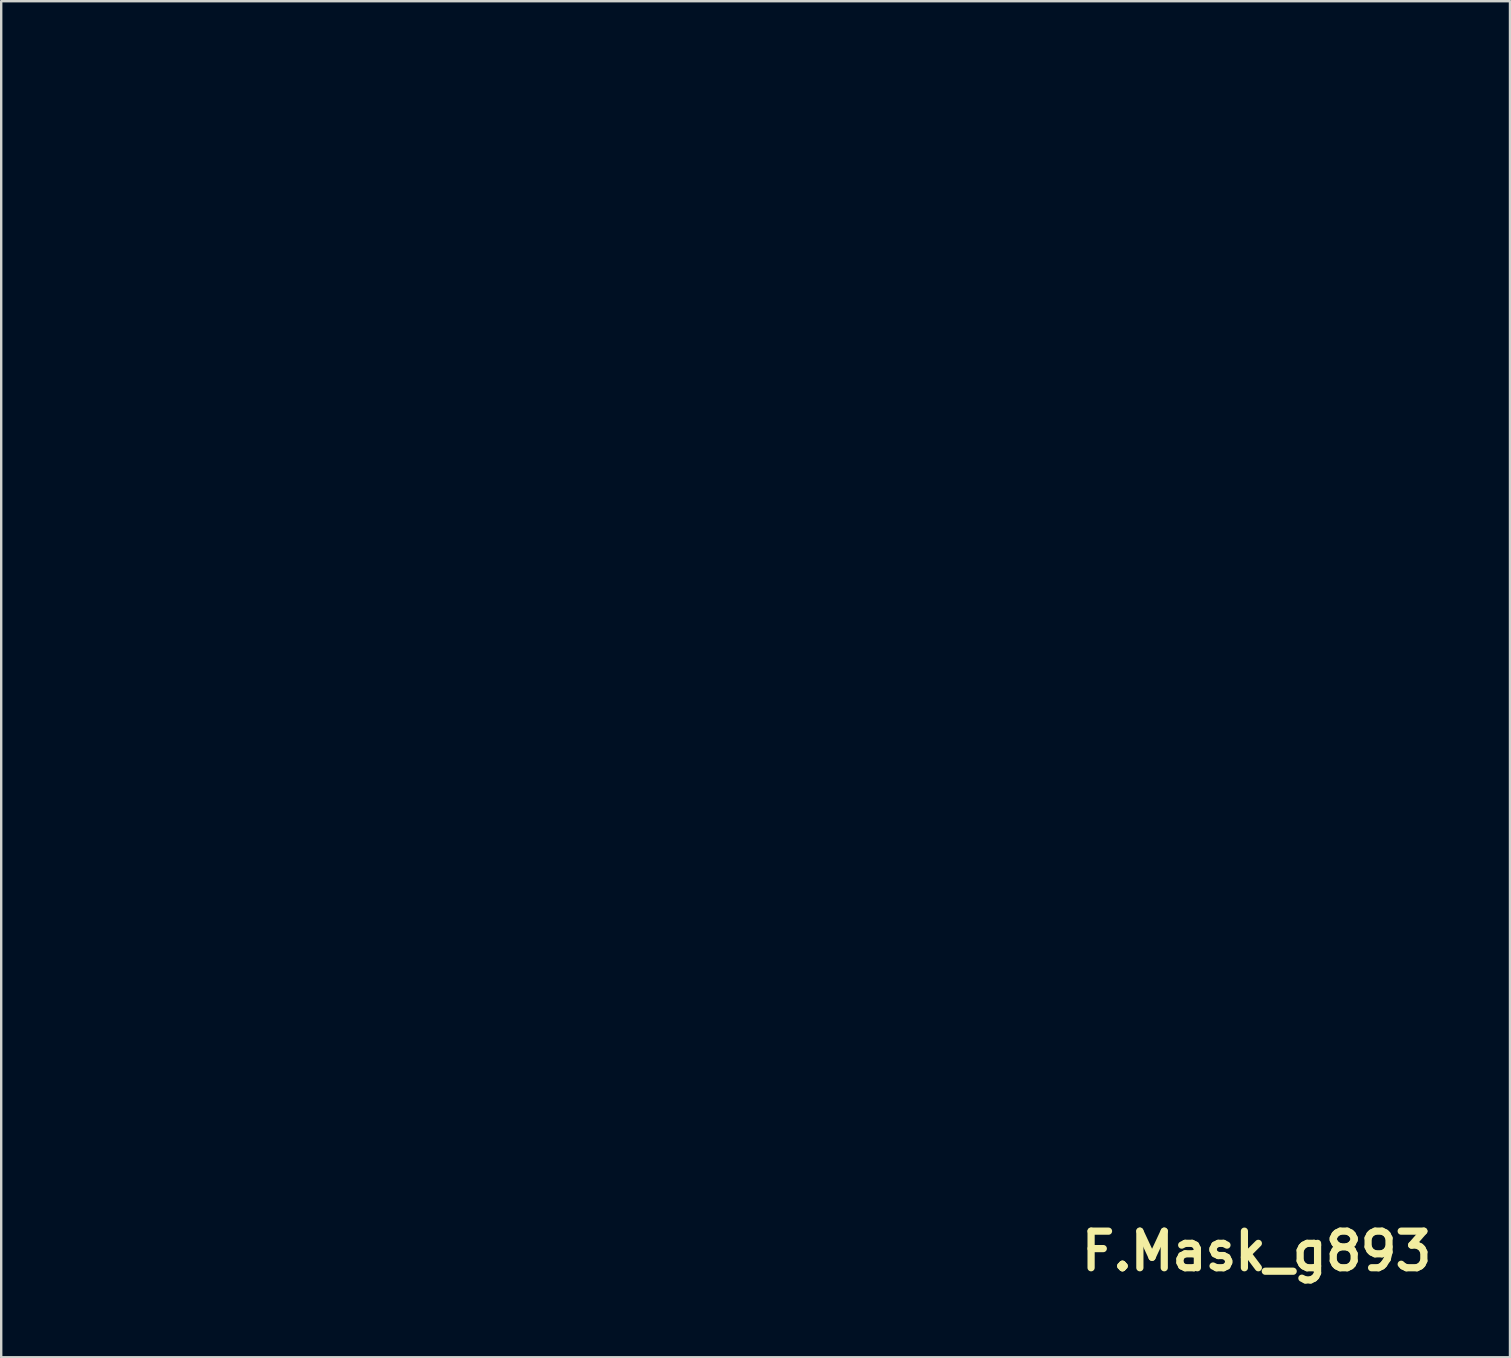
<source format=kicad_pcb>
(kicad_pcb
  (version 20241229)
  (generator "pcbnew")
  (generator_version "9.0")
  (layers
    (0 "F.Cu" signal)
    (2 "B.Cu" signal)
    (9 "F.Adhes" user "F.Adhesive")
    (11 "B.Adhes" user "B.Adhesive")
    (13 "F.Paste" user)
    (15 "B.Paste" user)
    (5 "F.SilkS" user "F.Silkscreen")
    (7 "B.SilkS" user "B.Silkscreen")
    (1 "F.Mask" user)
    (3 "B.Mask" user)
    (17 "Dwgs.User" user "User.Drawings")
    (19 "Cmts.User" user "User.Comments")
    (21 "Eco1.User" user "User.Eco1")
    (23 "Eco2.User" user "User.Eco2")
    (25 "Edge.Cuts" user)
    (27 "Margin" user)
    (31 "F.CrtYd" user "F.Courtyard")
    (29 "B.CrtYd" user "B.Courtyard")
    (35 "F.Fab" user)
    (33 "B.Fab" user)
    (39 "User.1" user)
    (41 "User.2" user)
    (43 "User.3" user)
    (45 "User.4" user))
  (footprint "F.Mask_g893"
    (layer "F.Cu")
    (at 49.294 49.069)
    (property "Reference" "F.Mask_g893" (at 0 0 0) (layer "F.SilkS") (effects (font (size 1.524 1.524) (thickness 0.3))))
    (attr through_hole)
    (fp_poly (pts (xy -40.019 -33.053) (xy -39.917 -33.029) (xy -39.886 -33.012) (xy -39.852 -32.933) (xy -39.838 -32.813) (xy -39.844 -32.689) (xy -39.869 -32.609) (xy -39.932 -32.571) (xy -40.047 -32.543) (xy -40.18 -32.53) (xy -40.3 -32.536) (xy -40.322 -32.541) (xy -40.412 -32.586) (xy -40.458 -32.672) (xy -40.47 -32.81) (xy -40.455 -32.941) (xy -40.398 -33.019) (xy -40.285 -33.055) (xy -40.153 -33.062) (xy -40.019 -33.053)) (stroke (width 0.01) (type solid)) (fill yes) (layer "F.Mask"))
    (fp_poly (pts (xy -41.63 -32.935) (xy -40.682 -32.935) (xy -40.682 -32.769) (xy -40.698 -32.627) (xy -40.753 -32.537) (xy -40.861 -32.488) (xy -41.036 -32.47) (xy -41.088 -32.47) (xy -41.36 -32.47) (xy -41.36 -30.353) (xy -41.952 -30.353) (xy -41.952 -32.47) (xy -42.265 -32.47) (xy -42.442 -32.474) (xy -42.55 -32.495) (xy -42.606 -32.542) (xy -42.627 -32.626) (xy -42.63 -32.703) (xy -42.629 -32.776) (xy -42.621 -32.832) (xy -42.594 -32.873) (xy -42.54 -32.902) (xy -42.447 -32.92) (xy -42.307 -32.93) (xy -42.108 -32.934) (xy -41.841 -32.935) (xy -41.63 -32.935)) (stroke (width 0.01) (type solid)) (fill yes) (layer "F.Mask"))
    (fp_poly (pts (xy -40.142 -32.252) (xy -40.016 -32.229) (xy -39.92 -32.179) (xy -39.851 -32.094) (xy -39.803 -31.963) (xy -39.774 -31.779) (xy -39.758 -31.533) (xy -39.753 -31.214) (xy -39.752 -31.062) (xy -39.751 -30.353) (xy -40.384 -30.353) (xy -40.396 -31.083) (xy -40.4 -31.348) (xy -40.405 -31.539) (xy -40.413 -31.67) (xy -40.424 -31.752) (xy -40.441 -31.798) (xy -40.465 -31.819) (xy -40.498 -31.826) (xy -40.5 -31.827) (xy -40.591 -31.877) (xy -40.63 -31.987) (xy -40.619 -32.132) (xy -40.6 -32.198) (xy -40.569 -32.236) (xy -40.504 -32.253) (xy -40.384 -32.258) (xy -40.303 -32.258) (xy -40.142 -32.252)) (stroke (width 0.01) (type solid)) (fill yes) (layer "F.Mask"))
    (fp_poly (pts (xy -41.043 -42.982) (xy -40.84 -42.894) (xy -40.685 -42.745) (xy -40.638 -42.667) (xy -40.573 -42.464) (xy -40.554 -42.221) (xy -40.581 -41.968) (xy -40.65 -41.735) (xy -40.696 -41.643) (xy -40.858 -41.436) (xy -41.052 -41.301) (xy -41.27 -41.241) (xy -41.5 -41.261) (xy -41.638 -41.31) (xy -41.838 -41.444) (xy -42.001 -41.631) (xy -42.118 -41.851) (xy -42.177 -42.084) (xy -42.17 -42.31) (xy -42.162 -42.341) (xy -42.083 -42.512) (xy -42.079 -42.517) (xy -41.88 -42.517) (xy -41.872 -42.492) (xy -41.796 -42.376) (xy -41.691 -42.34) (xy -41.563 -42.383) (xy -41.538 -42.399) (xy -41.459 -42.498) (xy -41.455 -42.617) (xy -41.514 -42.722) (xy -41.619 -42.788) (xy -41.728 -42.787) (xy -41.822 -42.733) (xy -41.879 -42.638) (xy -41.88 -42.517) (xy -42.079 -42.517) (xy -41.947 -42.684) (xy -41.778 -42.834) (xy -41.599 -42.939) (xy -41.545 -42.959) (xy -41.282 -43.004) (xy -41.043 -42.982)) (stroke (width 0.01) (type solid)) (fill yes) (layer "F.Mask"))
    (fp_poly (pts (xy -31.735 -43.026) (xy -31.602 -42.973) (xy -31.389 -42.846) (xy -31.25 -42.69) (xy -31.182 -42.498) (xy -31.182 -42.262) (xy -31.222 -42.058) (xy -31.313 -41.794) (xy -31.433 -41.603) (xy -31.591 -41.48) (xy -31.795 -41.416) (xy -31.991 -41.402) (xy -32.236 -41.427) (xy -32.429 -41.497) (xy -32.616 -41.633) (xy -32.74 -41.807) (xy -32.801 -42.008) (xy -32.802 -42.221) (xy -32.745 -42.434) (xy -32.64 -42.62) (xy -32.504 -42.62) (xy -32.492 -42.548) (xy -32.456 -42.486) (xy -32.368 -42.4) (xy -32.244 -42.376) (xy -32.132 -42.39) (xy -32.056 -42.426) (xy -32.055 -42.426) (xy -32.009 -42.521) (xy -32.006 -42.641) (xy -32.041 -42.749) (xy -32.091 -42.8) (xy -32.233 -42.837) (xy -32.367 -42.805) (xy -32.464 -42.711) (xy -32.466 -42.709) (xy -32.504 -42.62) (xy -32.64 -42.62) (xy -32.633 -42.634) (xy -32.467 -42.808) (xy -32.25 -42.942) (xy -32.185 -42.968) (xy -32.003 -43.028) (xy -31.864 -43.047) (xy -31.735 -43.026)) (stroke (width 0.01) (type solid)) (fill yes) (layer "F.Mask"))
    (fp_poly (pts (xy -31.84 -32.264) (xy -31.615 -32.159) (xy -31.44 -31.992) (xy -31.318 -31.766) (xy -31.255 -31.489) (xy -31.252 -31.186) (xy -31.309 -30.888) (xy -31.429 -30.642) (xy -31.606 -30.453) (xy -31.608 -30.451) (xy -31.709 -30.385) (xy -31.813 -30.346) (xy -31.952 -30.327) (xy -32.064 -30.321) (xy -32.277 -30.324) (xy -32.442 -30.35) (xy -32.492 -30.367) (xy -32.645 -30.471) (xy -32.789 -30.626) (xy -32.898 -30.801) (xy -32.933 -30.892) (xy -32.965 -31.082) (xy -32.975 -31.305) (xy -32.364 -31.305) (xy -32.361 -31.11) (xy -32.35 -30.979) (xy -32.328 -30.893) (xy -32.292 -30.833) (xy -32.283 -30.823) (xy -32.171 -30.745) (xy -32.055 -30.752) (xy -31.966 -30.814) (xy -31.904 -30.922) (xy -31.862 -31.089) (xy -31.844 -31.287) (xy -31.855 -31.493) (xy -31.858 -31.518) (xy -31.908 -31.696) (xy -31.989 -31.817) (xy -32.089 -31.871) (xy -32.199 -31.854) (xy -32.283 -31.788) (xy -32.323 -31.73) (xy -32.347 -31.651) (xy -32.36 -31.529) (xy -32.364 -31.347) (xy -32.364 -31.305) (xy -32.975 -31.305) (xy -32.976 -31.312) (xy -32.964 -31.541) (xy -32.933 -31.719) (xy -32.852 -31.895) (xy -32.721 -32.064) (xy -32.567 -32.197) (xy -32.482 -32.243) (xy -32.36 -32.276) (xy -32.199 -32.297) (xy -32.11 -32.3) (xy -31.84 -32.264)) (stroke (width 0.01) (type solid)) (fill yes) (layer "F.Mask"))
    (fp_poly (pts (xy -39.003 -32.266) (xy -38.873 -32.207) (xy -38.822 -32.166) (xy -38.74 -32.078) (xy -38.584 -32.175) (xy -38.406 -32.249) (xy -38.208 -32.274) (xy -38.026 -32.248) (xy -37.965 -32.223) (xy -37.875 -32.164) (xy -37.806 -32.087) (xy -37.756 -31.982) (xy -37.721 -31.835) (xy -37.698 -31.633) (xy -37.683 -31.365) (xy -37.677 -31.221) (xy -37.668 -30.987) (xy -37.656 -30.781) (xy -37.642 -30.619) (xy -37.629 -30.516) (xy -37.621 -30.49) (xy -37.625 -30.439) (xy -37.707 -30.386) (xy -37.736 -30.373) (xy -37.868 -30.326) (xy -37.967 -30.318) (xy -38.073 -30.348) (xy -38.087 -30.353) (xy -38.157 -30.394) (xy -38.207 -30.457) (xy -38.24 -30.558) (xy -38.259 -30.708) (xy -38.268 -30.92) (xy -38.269 -31.104) (xy -38.273 -31.376) (xy -38.286 -31.565) (xy -38.306 -31.674) (xy -38.32 -31.699) (xy -38.421 -31.746) (xy -38.55 -31.731) (xy -38.641 -31.684) (xy -38.677 -31.655) (xy -38.703 -31.616) (xy -38.719 -31.554) (xy -38.729 -31.455) (xy -38.734 -31.305) (xy -38.735 -31.09) (xy -38.735 -30.986) (xy -38.735 -30.353) (xy -39.328 -30.353) (xy -39.328 -31.307) (xy -39.327 -31.621) (xy -39.324 -31.86) (xy -39.319 -32.034) (xy -39.311 -32.154) (xy -39.299 -32.23) (xy -39.282 -32.27) (xy -39.264 -32.285) (xy -39.147 -32.296) (xy -39.003 -32.266)) (stroke (width 0.01) (type solid)) (fill yes) (layer "F.Mask"))
    (fp_poly (pts (xy -33.929 -32.977) (xy -33.763 -32.935) (xy -33.599 -32.878) (xy -33.457 -32.817) (xy -33.356 -32.759) (xy -33.316 -32.713) (xy -33.316 -32.712) (xy -33.342 -32.628) (xy -33.407 -32.514) (xy -33.492 -32.403) (xy -33.495 -32.399) (xy -33.579 -32.306) (xy -33.744 -32.392) (xy -33.941 -32.466) (xy -34.154 -32.499) (xy -34.356 -32.491) (xy -34.517 -32.44) (xy -34.531 -32.432) (xy -34.653 -32.337) (xy -34.737 -32.22) (xy -34.789 -32.066) (xy -34.814 -31.858) (xy -34.819 -31.644) (xy -34.81 -31.381) (xy -34.78 -31.186) (xy -34.722 -31.041) (xy -34.631 -30.931) (xy -34.531 -30.858) (xy -34.416 -30.806) (xy -34.276 -30.785) (xy -34.142 -30.786) (xy -33.888 -30.797) (xy -33.875 -31.062) (xy -33.863 -31.327) (xy -34.026 -31.327) (xy -34.19 -31.345) (xy -34.286 -31.406) (xy -34.325 -31.52) (xy -34.325 -31.625) (xy -34.311 -31.814) (xy -33.919 -31.826) (xy -33.733 -31.83) (xy -33.61 -31.826) (xy -33.53 -31.81) (xy -33.473 -31.779) (xy -33.422 -31.732) (xy -33.38 -31.687) (xy -33.351 -31.638) (xy -33.332 -31.571) (xy -33.322 -31.47) (xy -33.317 -31.319) (xy -33.316 -31.103) (xy -33.316 -31.037) (xy -33.316 -30.448) (xy -33.496 -30.398) (xy -33.63 -30.373) (xy -33.816 -30.352) (xy -34.031 -30.337) (xy -34.253 -30.328) (xy -34.458 -30.327) (xy -34.624 -30.335) (xy -34.729 -30.351) (xy -34.974 -30.474) (xy -35.173 -30.665) (xy -35.324 -30.92) (xy -35.423 -31.236) (xy -35.435 -31.299) (xy -35.465 -31.666) (xy -35.428 -32.003) (xy -35.329 -32.303) (xy -35.174 -32.559) (xy -34.969 -32.764) (xy -34.721 -32.911) (xy -34.435 -32.993) (xy -34.119 -33.005) (xy -33.929 -32.977)) (stroke (width 0.01) (type solid)) (fill yes) (layer "F.Mask"))
    (fp_poly (pts (xy -37.001 -32.26) (xy -36.921 -32.184) (xy -36.853 -32.053) (xy -36.789 -31.855) (xy -36.731 -31.62) (xy -36.683 -31.408) (xy -36.64 -31.206) (xy -36.607 -31.041) (xy -36.592 -30.951) (xy -36.575 -30.861) (xy -36.556 -30.821) (xy -36.534 -30.838) (xy -36.504 -30.917) (xy -36.466 -31.064) (xy -36.415 -31.286) (xy -36.388 -31.411) (xy -36.34 -31.629) (xy -36.295 -31.83) (xy -36.258 -31.995) (xy -36.233 -32.098) (xy -36.233 -32.099) (xy -36.192 -32.258) (xy -35.918 -32.258) (xy -35.768 -32.255) (xy -35.685 -32.242) (xy -35.65 -32.214) (xy -35.645 -32.184) (xy -35.657 -32.103) (xy -35.69 -31.956) (xy -35.739 -31.757) (xy -35.801 -31.519) (xy -35.872 -31.258) (xy -35.948 -30.987) (xy -36.025 -30.722) (xy -36.098 -30.475) (xy -36.164 -30.262) (xy -36.218 -30.096) (xy -36.258 -29.993) (xy -36.262 -29.984) (xy -36.41 -29.763) (xy -36.606 -29.612) (xy -36.847 -29.532) (xy -37.134 -29.522) (xy -37.307 -29.547) (xy -37.416 -29.573) (xy -37.485 -29.599) (xy -37.491 -29.603) (xy -37.495 -29.655) (xy -37.475 -29.757) (xy -37.459 -29.811) (xy -37.401 -29.993) (xy -37.138 -29.979) (xy -36.989 -29.974) (xy -36.895 -29.986) (xy -36.828 -30.022) (xy -36.766 -30.082) (xy -36.685 -30.197) (xy -36.683 -30.283) (xy -36.761 -30.343) (xy -36.819 -30.362) (xy -36.925 -30.407) (xy -36.993 -30.469) (xy -36.994 -30.47) (xy -37.025 -30.549) (xy -37.069 -30.688) (xy -37.122 -30.872) (xy -37.18 -31.087) (xy -37.241 -31.318) (xy -37.299 -31.551) (xy -37.352 -31.77) (xy -37.396 -31.961) (xy -37.426 -32.108) (xy -37.439 -32.198) (xy -37.437 -32.218) (xy -37.376 -32.247) (xy -37.266 -32.275) (xy -37.225 -32.282) (xy -37.1 -32.289) (xy -37.001 -32.26)) (stroke (width 0.01) (type solid)) (fill yes) (layer "F.Mask"))
    (fp_poly (pts (xy -36.415 -39.401) (xy -36.213 -39.368) (xy -36.063 -39.297) (xy -35.945 -39.172) (xy -35.842 -38.989) (xy -35.751 -38.846) (xy -35.64 -38.733) (xy -35.612 -38.714) (xy -35.429 -38.6) (xy -35.305 -38.514) (xy -35.221 -38.44) (xy -35.162 -38.366) (xy -35.119 -38.291) (xy -35.072 -38.18) (xy -35.045 -38.054) (xy -35.033 -37.885) (xy -35.031 -37.747) (xy -35.031 -37.374) (xy -35.189 -37.229) (xy -35.344 -37.117) (xy -35.47 -37.084) (xy -35.593 -37.067) (xy -35.682 -37.008) (xy -35.745 -36.896) (xy -35.788 -36.718) (xy -35.81 -36.567) (xy -35.847 -36.307) (xy -35.898 -36.12) (xy -35.973 -35.992) (xy -36.086 -35.91) (xy -36.248 -35.862) (xy -36.472 -35.834) (xy -36.507 -35.831) (xy -36.68 -35.822) (xy -36.803 -35.831) (xy -36.909 -35.863) (xy -36.997 -35.906) (xy -37.15 -35.999) (xy -37.254 -36.102) (xy -37.32 -36.236) (xy -37.358 -36.418) (xy -37.376 -36.605) (xy -37.385 -36.731) (xy -37.126 -36.731) (xy -37.111 -36.485) (xy -37.063 -36.307) (xy -36.993 -36.198) (xy -36.891 -36.122) (xy -36.804 -36.128) (xy -36.744 -36.197) (xy -36.718 -36.279) (xy -36.522 -36.279) (xy -36.51 -36.201) (xy -36.482 -36.15) (xy -36.468 -36.135) (xy -36.359 -36.077) (xy -36.241 -36.09) (xy -36.142 -36.168) (xy -36.116 -36.212) (xy -36.086 -36.316) (xy -36.063 -36.472) (xy -36.052 -36.646) (xy -36.052 -36.65) (xy -36.052 -36.816) (xy -36.063 -36.92) (xy -36.089 -36.986) (xy -36.138 -37.038) (xy -36.147 -37.045) (xy -36.27 -37.114) (xy -36.374 -37.115) (xy -36.442 -37.052) (xy -36.462 -36.978) (xy -36.484 -36.844) (xy -36.503 -36.672) (xy -36.51 -36.592) (xy -36.522 -36.403) (xy -36.522 -36.279) (xy -36.718 -36.279) (xy -36.71 -36.305) (xy -36.685 -36.466) (xy -36.672 -36.646) (xy -36.673 -36.815) (xy -36.689 -36.941) (xy -36.696 -36.962) (xy -36.766 -37.067) (xy -36.858 -37.103) (xy -36.955 -37.078) (xy -37.042 -37.002) (xy -37.104 -36.88) (xy -37.126 -36.731) (xy -37.385 -36.731) (xy -37.389 -36.783) (xy -37.403 -36.893) (xy -37.424 -36.952) (xy -37.457 -36.976) (xy -37.507 -36.981) (xy -37.684 -37.004) (xy -37.832 -37.072) (xy -37.98 -37.199) (xy -38.015 -37.236) (xy -38.195 -37.432) (xy -38.175 -37.744) (xy -38.175 -37.745) (xy -37.88 -37.745) (xy -37.864 -37.59) (xy -37.847 -37.552) (xy -37.789 -37.467) (xy -37.711 -37.408) (xy -37.601 -37.373) (xy -37.443 -37.357) (xy -37.225 -37.359) (xy -37.02 -37.369) (xy -36.754 -37.381) (xy -36.461 -37.389) (xy -36.182 -37.391) (xy -36 -37.389) (xy -35.793 -37.384) (xy -35.652 -37.386) (xy -35.558 -37.397) (xy -35.491 -37.42) (xy -35.432 -37.458) (xy -35.396 -37.488) (xy -35.311 -37.582) (xy -35.266 -37.673) (xy -35.264 -37.691) (xy -35.299 -37.908) (xy -35.392 -38.12) (xy -35.497 -38.257) (xy -35.587 -38.338) (xy -35.673 -38.38) (xy -35.787 -38.395) (xy -35.879 -38.396) (xy -36.085 -38.379) (xy -36.243 -38.321) (xy -36.265 -38.308) (xy -36.441 -38.246) (xy -36.679 -38.24) (xy -36.977 -38.29) (xy -37.148 -38.335) (xy -37.296 -38.375) (xy -37.394 -38.388) (xy -37.472 -38.374) (xy -37.528 -38.35) (xy -37.658 -38.25) (xy -37.767 -38.1) (xy -37.844 -37.923) (xy -37.88 -37.745) (xy -38.175 -37.745) (xy -38.122 -38.051) (xy -38.003 -38.306) (xy -37.816 -38.512) (xy -37.724 -38.581) (xy -37.55 -38.741) (xy -37.458 -38.899) (xy -37.345 -39.112) (xy -37.208 -39.255) (xy -37.031 -39.344) (xy -36.92 -39.373) (xy -36.74 -39.397) (xy -36.534 -39.405) (xy -36.415 -39.401)) (stroke (width 0.01) (type solid)) (fill yes) (layer "F.Mask"))
    (fp_poly (pts (xy -27.003 -48.931) (xy -26.909 -48.799) (xy -26.838 -48.645) (xy -26.829 -48.616) (xy -26.818 -48.567) (xy -26.806 -48.526) (xy -26.788 -48.492) (xy -26.755 -48.46) (xy -26.698 -48.429) (xy -26.611 -48.395) (xy -26.486 -48.356) (xy -26.315 -48.309) (xy -26.09 -48.251) (xy -25.803 -48.179) (xy -25.447 -48.091) (xy -25.184 -48.026) (xy -24.185 -47.778) (xy -24.161 -46.611) (xy -24.156 -46.305) (xy -24.153 -46.028) (xy -24.153 -45.789) (xy -24.154 -45.601) (xy -24.158 -45.474) (xy -24.165 -45.419) (xy -24.165 -45.418) (xy -24.212 -45.404) (xy -24.332 -45.374) (xy -24.514 -45.333) (xy -24.749 -45.281) (xy -25.026 -45.221) (xy -25.334 -45.156) (xy -25.495 -45.122) (xy -26.797 -44.853) (xy -26.797 -42.466) (xy -26.49 -42.399) (xy -26.359 -42.371) (xy -26.161 -42.329) (xy -25.914 -42.276) (xy -25.634 -42.217) (xy -25.337 -42.154) (xy -25.196 -42.125) (xy -24.918 -42.066) (xy -24.67 -42.013) (xy -24.463 -41.967) (xy -24.307 -41.932) (xy -24.215 -41.91) (xy -24.195 -41.903) (xy -24.191 -41.859) (xy -24.186 -41.741) (xy -24.181 -41.56) (xy -24.176 -41.327) (xy -24.17 -41.054) (xy -24.165 -40.75) (xy -24.165 -40.717) (xy -24.148 -39.546) (xy -25.271 -39.328) (xy -25.58 -39.267) (xy -25.872 -39.21) (xy -26.134 -39.159) (xy -26.351 -39.116) (xy -26.511 -39.084) (xy -26.596 -39.067) (xy -26.797 -39.024) (xy -26.797 -37.06) (xy -25.643 -36.856) (xy -25.33 -36.8) (xy -25.034 -36.747) (xy -24.769 -36.699) (xy -24.547 -36.659) (xy -24.383 -36.628) (xy -24.289 -36.61) (xy -24.088 -36.569) (xy -24.088 -34.214) (xy -24.331 -34.172) (xy -24.439 -34.153) (xy -24.617 -34.124) (xy -24.849 -34.085) (xy -25.123 -34.04) (xy -25.423 -33.992) (xy -25.686 -33.949) (xy -26.797 -33.769) (xy -26.797 -31.879) (xy -26.702 -31.857) (xy -26.636 -31.846) (xy -26.498 -31.823) (xy -26.3 -31.792) (xy -26.055 -31.753) (xy -25.775 -31.71) (xy -25.485 -31.666) (xy -25.182 -31.619) (xy -24.903 -31.576) (xy -24.66 -31.538) (xy -24.465 -31.507) (xy -24.329 -31.485) (xy -24.268 -31.474) (xy -24.172 -31.452) (xy -24.172 -29.129) (xy -24.31 -29.092) (xy -24.386 -29.072) (xy -24.533 -29.035) (xy -24.737 -28.983) (xy -24.988 -28.921) (xy -25.273 -28.85) (xy -25.58 -28.773) (xy -25.615 -28.764) (xy -26.783 -28.474) (xy -26.852 -28.281) (xy -26.923 -28.129) (xy -27.018 -27.985) (xy -27.047 -27.951) (xy -27.173 -27.813) (xy -46.224 -27.813) (xy -46.33 -27.953) (xy -46.44 -28.124) (xy -46.523 -28.305) (xy -46.564 -28.465) (xy -46.567 -28.503) (xy -46.569 -28.531) (xy -46.583 -28.556) (xy -46.616 -28.58) (xy -46.678 -28.605) (xy -46.776 -28.634) (xy -46.919 -28.669) (xy -47.117 -28.712) (xy -47.376 -28.766) (xy -47.707 -28.834) (xy -47.865 -28.866) (xy -48.185 -28.931) (xy -48.479 -28.992) (xy -48.735 -29.045) (xy -48.944 -29.09) (xy -49.095 -29.123) (xy -49.179 -29.143) (xy -49.192 -29.147) (xy -49.198 -29.191) (xy -49.202 -29.307) (xy -49.204 -29.481) (xy -49.205 -29.699) (xy -49.204 -29.739) (xy -45.36 -29.739) (xy -45.254 -29.528) (xy -45.099 -29.308) (xy -44.881 -29.142) (xy -44.596 -29.028) (xy -44.577 -29.023) (xy -44.442 -28.989) (xy -44.34 -28.965) (xy -44.302 -28.959) (xy -44.292 -29) (xy -44.285 -29.126) (xy -44.279 -29.335) (xy -44.274 -29.627) (xy -44.272 -30.002) (xy -44.271 -30.459) (xy -44.271 -30.997) (xy -44.274 -31.616) (xy -44.275 -31.779) (xy -44.277 -32.592) (xy -44.277 -33.328) (xy -44.277 -33.333) (xy -43.763 -33.333) (xy -43.762 -32.758) (xy -43.759 -32.171) (xy -43.753 -31.587) (xy -43.745 -31.019) (xy -43.734 -30.482) (xy -43.72 -29.992) (xy -43.704 -29.561) (xy -43.703 -29.538) (xy -43.675 -28.914) (xy -29.595 -28.914) (xy -29.561 -29.072) (xy -29.555 -29.145) (xy -29.549 -29.294) (xy -29.544 -29.512) (xy -29.54 -29.792) (xy -29.537 -30.126) (xy -29.534 -30.507) (xy -29.532 -30.925) (xy -29.53 -31.375) (xy -29.53 -31.848) (xy -29.53 -32.337) (xy -29.53 -32.833) (xy -29.531 -33.329) (xy -29.533 -33.818) (xy -29.536 -34.292) (xy -29.539 -34.743) (xy -29.543 -35.163) (xy -29.547 -35.545) (xy -29.552 -35.881) (xy -29.558 -36.164) (xy -29.564 -36.385) (xy -29.565 -36.418) (xy -29.6 -37.339) (xy -29.753 -37.205) (xy -29.979 -37.041) (xy -30.247 -36.915) (xy -30.565 -36.823) (xy -30.942 -36.764) (xy -31.387 -36.735) (xy -31.644 -36.732) (xy -31.991 -36.737) (xy -32.275 -36.754) (xy -32.515 -36.788) (xy -32.734 -36.842) (xy -32.952 -36.919) (xy -33.176 -37.018) (xy -33.669 -37.295) (xy -34.102 -37.628) (xy -34.471 -38.018) (xy -34.776 -38.46) (xy -34.92 -38.737) (xy -35.115 -39.241) (xy -35.233 -39.763) (xy -35.278 -40.312) (xy -35.274 -40.407) (xy -34.763 -40.407) (xy -34.726 -39.871) (xy -34.615 -39.374) (xy -34.431 -38.912) (xy -34.169 -38.476) (xy -34.135 -38.43) (xy -33.857 -38.112) (xy -33.515 -37.821) (xy -33.13 -37.571) (xy -32.722 -37.375) (xy -32.357 -37.256) (xy -32.036 -37.2) (xy -31.676 -37.175) (xy -31.314 -37.182) (xy -30.987 -37.22) (xy -30.94 -37.23) (xy -30.63 -37.318) (xy -30.368 -37.449) (xy -30.122 -37.639) (xy -30.088 -37.67) (xy -29.787 -37.998) (xy -29.531 -38.38) (xy -29.314 -38.824) (xy -29.14 -39.316) (xy -29.093 -39.478) (xy -29.061 -39.622) (xy -29.041 -39.77) (xy -29.03 -39.945) (xy -29.025 -40.171) (xy -29.025 -40.301) (xy -29.029 -40.637) (xy -29.05 -40.913) (xy -29.09 -41.154) (xy -29.157 -41.383) (xy -29.254 -41.625) (xy -29.337 -41.804) (xy -29.586 -42.224) (xy -29.895 -42.589) (xy -30.259 -42.893) (xy -30.586 -43.087) (xy -30.794 -43.184) (xy -30.989 -43.256) (xy -31.193 -43.308) (xy -31.426 -43.343) (xy -31.707 -43.366) (xy -31.962 -43.378) (xy -32.618 -43.403) (xy -32.946 -43.272) (xy -33.404 -43.048) (xy -33.797 -42.771) (xy -34.123 -42.441) (xy -34.383 -42.059) (xy -34.576 -41.626) (xy -34.702 -41.143) (xy -34.759 -40.611) (xy -34.763 -40.407) (xy -35.274 -40.407) (xy -35.261 -40.783) (xy -35.179 -41.349) (xy -35.031 -41.868) (xy -34.82 -42.336) (xy -34.547 -42.751) (xy -34.214 -43.11) (xy -33.823 -43.408) (xy -33.521 -43.578) (xy -33.192 -43.727) (xy -32.898 -43.828) (xy -32.618 -43.882) (xy -32.331 -43.892) (xy -32.014 -43.861) (xy -31.646 -43.79) (xy -31.581 -43.775) (xy -31.382 -43.73) (xy -31.214 -43.694) (xy -31.095 -43.672) (xy -31.04 -43.665) (xy -31.039 -43.666) (xy -31.061 -43.698) (xy -31.143 -43.764) (xy -31.273 -43.856) (xy -31.436 -43.965) (xy -31.619 -44.084) (xy -31.811 -44.203) (xy -31.996 -44.314) (xy -32.163 -44.409) (xy -32.293 -44.476) (xy -32.421 -44.533) (xy -31.427 -44.533) (xy -31.239 -44.341) (xy -31.052 -44.149) (xy -30.933 -44.289) (xy -30.842 -44.416) (xy -30.754 -44.572) (xy -30.726 -44.63) (xy -30.666 -44.744) (xy -30.608 -44.817) (xy -30.581 -44.831) (xy -30.533 -44.81) (xy -30.531 -44.741) (xy -30.576 -44.617) (xy -30.628 -44.51) (xy -30.686 -44.396) (xy -30.724 -44.32) (xy -30.734 -44.301) (xy -30.697 -44.303) (xy -30.604 -44.311) (xy -30.575 -44.314) (xy -30.424 -44.304) (xy -30.332 -44.264) (xy -30.288 -44.225) (xy -30.296 -44.206) (xy -30.368 -44.199) (xy -30.456 -44.197) (xy -30.631 -44.175) (xy -30.756 -44.114) (xy -30.815 -44.024) (xy -30.819 -43.994) (xy -30.788 -43.932) (xy -30.714 -43.842) (xy -30.618 -43.749) (xy -30.526 -43.676) (xy -30.46 -43.646) (xy -30.46 -43.646) (xy -30.401 -43.671) (xy -30.31 -43.735) (xy -30.278 -43.762) (xy -30.185 -43.861) (xy -30.077 -44.001) (xy -29.991 -44.133) (xy -29.908 -44.279) (xy -29.866 -44.387) (xy -29.856 -44.485) (xy -29.863 -44.572) (xy -29.9 -44.726) (xy -29.96 -44.872) (xy -29.974 -44.897) (xy -30.098 -45.027) (xy -30.272 -45.119) (xy -30.465 -45.159) (xy -30.582 -45.152) (xy -30.698 -45.108) (xy -30.852 -45.02) (xy -31.022 -44.904) (xy -31.187 -44.773) (xy -31.324 -44.644) (xy -31.324 -44.644) (xy -31.427 -44.533) (xy -32.421 -44.533) (xy -32.96 -44.776) (xy -33.59 -45.017) (xy -34.202 -45.202) (xy -34.813 -45.337) (xy -35.443 -45.425) (xy -36.11 -45.471) (xy -36.618 -45.48) (xy -37.498 -45.449) (xy -38.334 -45.359) (xy -39.122 -45.209) (xy -39.858 -45.002) (xy -40.536 -44.737) (xy -40.703 -44.659) (xy -40.828 -44.592) (xy -40.987 -44.5) (xy -41.168 -44.39) (xy -41.358 -44.269) (xy -41.547 -44.146) (xy -41.721 -44.029) (xy -41.87 -43.925) (xy -41.981 -43.843) (xy -42.042 -43.789) (xy -42.045 -43.773) (xy -41.987 -43.779) (xy -41.863 -43.797) (xy -41.69 -43.824) (xy -41.486 -43.857) (xy -41.456 -43.862) (xy -41.027 -43.919) (xy -40.656 -43.936) (xy -40.325 -43.912) (xy -40.018 -43.846) (xy -39.807 -43.775) (xy -39.357 -43.557) (xy -38.952 -43.268) (xy -38.593 -42.907) (xy -38.28 -42.476) (xy -38.028 -42.005) (xy -37.919 -41.736) (xy -37.842 -41.457) (xy -37.793 -41.151) (xy -37.771 -40.801) (xy -37.771 -40.39) (xy -37.774 -40.301) (xy -37.791 -39.953) (xy -37.818 -39.666) (xy -37.861 -39.418) (xy -37.926 -39.186) (xy -38.017 -38.947) (xy -38.139 -38.678) (xy -38.145 -38.665) (xy -38.397 -38.234) (xy -38.716 -37.841) (xy -39.09 -37.496) (xy -39.507 -37.207) (xy -39.958 -36.984) (xy -40.429 -36.834) (xy -40.513 -36.816) (xy -40.915 -36.756) (xy -41.347 -36.724) (xy -41.772 -36.722) (xy -42.079 -36.744) (xy -42.41 -36.8) (xy -42.695 -36.897) (xy -42.96 -37.045) (xy -43.23 -37.257) (xy -43.277 -37.299) (xy -43.405 -37.411) (xy -43.51 -37.493) (xy -43.575 -37.534) (xy -43.589 -37.536) (xy -43.604 -37.479) (xy -43.621 -37.34) (xy -43.639 -37.12) (xy -43.659 -36.82) (xy -43.679 -36.443) (xy -43.701 -35.99) (xy -43.724 -35.463) (xy -43.733 -35.221) (xy -43.745 -34.84) (xy -43.754 -34.388) (xy -43.76 -33.881) (xy -43.763 -33.333) (xy -44.277 -33.333) (xy -44.273 -33.995) (xy -44.266 -34.601) (xy -44.254 -35.153) (xy -44.239 -35.658) (xy -44.219 -36.126) (xy -44.195 -36.563) (xy -44.166 -36.978) (xy -44.142 -37.275) (xy -44.116 -37.597) (xy -44.101 -37.854) (xy -44.099 -38.063) (xy -44.111 -38.242) (xy -44.137 -38.409) (xy -44.18 -38.582) (xy -44.232 -38.756) (xy -44.349 -39.162) (xy -44.428 -39.527) (xy -44.474 -39.883) (xy -44.492 -40.262) (xy -44.492 -40.301) (xy -44.003 -40.301) (xy -44 -40.033) (xy -43.989 -39.825) (xy -43.967 -39.652) (xy -43.933 -39.49) (xy -43.908 -39.4) (xy -43.741 -38.921) (xy -43.528 -38.486) (xy -43.274 -38.102) (xy -42.986 -37.775) (xy -42.669 -37.513) (xy -42.329 -37.322) (xy -41.99 -37.212) (xy -41.797 -37.189) (xy -41.548 -37.187) (xy -41.27 -37.204) (xy -40.989 -37.237) (xy -40.732 -37.286) (xy -40.703 -37.293) (xy -40.21 -37.46) (xy -39.752 -37.7) (xy -39.337 -38.006) (xy -38.974 -38.37) (xy -38.671 -38.787) (xy -38.435 -39.25) (xy -38.423 -39.279) (xy -38.293 -39.603) (xy -38.294 -40.45) (xy -38.296 -40.746) (xy -38.299 -40.972) (xy -38.307 -41.143) (xy -38.319 -41.273) (xy -38.337 -41.377) (xy -38.362 -41.469) (xy -38.388 -41.546) (xy -38.573 -41.959) (xy -38.809 -42.326) (xy -39.112 -42.674) (xy -39.133 -42.695) (xy -39.471 -42.988) (xy -39.823 -43.205) (xy -40.202 -43.351) (xy -40.621 -43.431) (xy -41 -43.451) (xy -41.41 -43.43) (xy -41.793 -43.359) (xy -42.176 -43.232) (xy -42.449 -43.112) (xy -42.819 -42.901) (xy -43.128 -42.647) (xy -43.388 -42.337) (xy -43.612 -41.96) (xy -43.642 -41.898) (xy -43.785 -41.583) (xy -43.886 -41.309) (xy -43.951 -41.046) (xy -43.988 -40.766) (xy -44.002 -40.443) (xy -44.003 -40.301) (xy -44.492 -40.301) (xy -44.492 -40.37) (xy -44.461 -40.948) (xy -44.363 -41.478) (xy -44.197 -41.967) (xy -43.96 -42.424) (xy -43.647 -42.858) (xy -43.534 -42.989) (xy -43.428 -43.115) (xy -43.348 -43.223) (xy -43.309 -43.292) (xy -43.307 -43.301) (xy -43.333 -43.367) (xy -43.399 -43.462) (xy -43.43 -43.499) (xy -43.565 -43.687) (xy -43.66 -43.904) (xy -43.719 -44.165) (xy -43.746 -44.485) (xy -43.749 -44.641) (xy -43.749 -44.72) (xy -43.339 -44.72) (xy -43.316 -44.475) (xy -43.215 -44.199) (xy -43.208 -44.185) (xy -43.122 -44.022) (xy -43.028 -43.861) (xy -42.936 -43.719) (xy -42.859 -43.614) (xy -42.806 -43.563) (xy -42.798 -43.561) (xy -42.754 -43.591) (xy -42.675 -43.667) (xy -42.61 -43.74) (xy -42.486 -43.905) (xy -42.431 -44.033) (xy -42.442 -44.134) (xy -42.499 -44.202) (xy -42.606 -44.262) (xy -42.739 -44.304) (xy -42.749 -44.306) (xy -42.913 -44.345) (xy -43.002 -44.394) (xy -43.028 -44.459) (xy -43.023 -44.492) (xy -42.971 -44.563) (xy -42.873 -44.564) (xy -42.757 -44.514) (xy -42.641 -44.466) (xy -42.537 -44.454) (xy -42.469 -44.477) (xy -42.456 -44.503) (xy -42.455 -44.578) (xy -42.459 -44.694) (xy -42.46 -44.718) (xy -42.458 -44.824) (xy -42.435 -44.866) (xy -42.39 -44.866) (xy -42.334 -44.827) (xy -42.286 -44.723) (xy -42.254 -44.608) (xy -42.206 -44.452) (xy -42.149 -44.375) (xy -42.077 -44.373) (xy -41.987 -44.435) (xy -41.921 -44.538) (xy -41.927 -44.665) (xy -42.007 -44.823) (xy -42.037 -44.866) (xy -42.217 -45.064) (xy -42.418 -45.198) (xy -42.627 -45.269) (xy -42.833 -45.275) (xy -43.021 -45.215) (xy -43.181 -45.09) (xy -43.285 -44.932) (xy -43.339 -44.72) (xy -43.749 -44.72) (xy -43.749 -44.866) (xy -43.742 -45.026) (xy -43.727 -45.141) (xy -43.701 -45.232) (xy -43.661 -45.318) (xy -43.658 -45.323) (xy -43.498 -45.549) (xy -43.295 -45.702) (xy -43.047 -45.784) (xy -42.752 -45.795) (xy -42.738 -45.794) (xy -42.451 -45.74) (xy -42.174 -45.622) (xy -41.896 -45.432) (xy -41.658 -45.22) (xy -41.342 -44.91) (xy -40.811 -45.164) (xy -40.209 -45.421) (xy -39.581 -45.627) (xy -38.917 -45.783) (xy -38.208 -45.892) (xy -37.445 -45.956) (xy -36.661 -45.976) (xy -36.059 -45.965) (xy -35.515 -45.933) (xy -35.005 -45.875) (xy -34.504 -45.789) (xy -34.254 -45.736) (xy -33.961 -45.664) (xy -33.673 -45.579) (xy -33.373 -45.473) (xy -33.042 -45.341) (xy -32.664 -45.177) (xy -32.47 -45.088) (xy -32.269 -44.997) (xy -32.095 -44.92) (xy -31.963 -44.864) (xy -31.887 -44.834) (xy -31.876 -44.831) (xy -31.833 -44.86) (xy -31.748 -44.936) (xy -31.635 -45.047) (xy -31.576 -45.107) (xy -31.305 -45.354) (xy -31.036 -45.523) (xy -30.758 -45.619) (xy -30.467 -45.65) (xy -30.15 -45.62) (xy -29.891 -45.53) (xy -29.69 -45.378) (xy -29.546 -45.164) (xy -29.459 -44.886) (xy -29.431 -44.655) (xy -29.43 -44.371) (xy -29.469 -44.103) (xy -29.554 -43.824) (xy -29.661 -43.567) (xy -29.802 -43.255) (xy -29.471 -42.905) (xy -29.145 -42.499) (xy -28.883 -42.048) (xy -28.689 -41.558) (xy -28.561 -41.038) (xy -28.502 -40.497) (xy -28.513 -39.944) (xy -28.594 -39.386) (xy -28.746 -38.831) (xy -28.938 -38.355) (xy -29.138 -37.932) (xy -29.084 -36.227) (xy -29.074 -35.863) (xy -29.064 -35.425) (xy -29.054 -34.923) (xy -29.044 -34.368) (xy -29.036 -33.77) (xy -29.027 -33.139) (xy -29.02 -32.487) (xy -29.013 -31.824) (xy -29.008 -31.159) (xy -29.003 -30.504) (xy -29 -29.869) (xy -28.999 -29.265) (xy -28.999 -29.177) (xy -28.979 -29.064) (xy -28.915 -29.011) (xy -28.796 -29.013) (xy -28.695 -29.038) (xy -28.528 -29.118) (xy -28.352 -29.251) (xy -28.195 -29.414) (xy -28.082 -29.581) (xy -28.082 -29.582) (xy -28.072 -29.603) (xy -28.064 -29.63) (xy -28.056 -29.665) (xy -28.049 -29.714) (xy -28.042 -29.778) (xy -28.037 -29.862) (xy -28.031 -29.97) (xy -28.027 -30.104) (xy -28.023 -30.269) (xy -28.019 -30.468) (xy -28.016 -30.705) (xy -28.014 -30.983) (xy -28.012 -31.306) (xy -28.01 -31.677) (xy -28.009 -32.101) (xy -28.008 -32.58) (xy -28.007 -33.118) (xy -28.007 -33.719) (xy -28.006 -34.387) (xy -28.006 -35.125) (xy -28.007 -35.936) (xy -28.007 -36.824) (xy -28.007 -37.793) (xy -28.007 -37.888) (xy -28.008 -39.036) (xy -28.009 -40.1) (xy -28.011 -41.08) (xy -28.013 -41.976) (xy -28.016 -42.791) (xy -28.019 -43.522) (xy -28.022 -44.173) (xy -28.026 -44.742) (xy -28.03 -45.23) (xy -28.035 -45.638) (xy -28.04 -45.966) (xy -28.045 -46.216) (xy -28.051 -46.386) (xy -28.057 -46.471) (xy -28.093 -46.728) (xy -28.148 -46.928) (xy -28.232 -47.079) (xy -28.355 -47.19) (xy -28.529 -47.27) (xy -28.762 -47.326) (xy -29.067 -47.368) (xy -29.173 -47.379) (xy -29.289 -47.386) (xy -29.483 -47.392) (xy -29.752 -47.398) (xy -30.088 -47.404) (xy -30.486 -47.409) (xy -30.941 -47.413) (xy -31.447 -47.417) (xy -31.998 -47.421) (xy -32.589 -47.424) (xy -33.213 -47.427) (xy -33.866 -47.429) (xy -34.542 -47.431) (xy -35.235 -47.432) (xy -35.94 -47.433) (xy -36.65 -47.433) (xy -37.361 -47.433) (xy -38.066 -47.432) (xy -38.76 -47.431) (xy -39.438 -47.429) (xy -40.093 -47.427) (xy -40.72 -47.424) (xy -41.314 -47.421) (xy -41.869 -47.418) (xy -42.379 -47.414) (xy -42.839 -47.409) (xy -43.242 -47.404) (xy -43.584 -47.399) (xy -43.859 -47.393) (xy -44.061 -47.386) (xy -44.184 -47.379) (xy -44.191 -47.379) (xy -44.519 -47.34) (xy -44.773 -47.288) (xy -44.963 -47.217) (xy -45.1 -47.116) (xy -45.194 -46.978) (xy -45.257 -46.793) (xy -45.297 -46.553) (xy -45.307 -46.471) (xy -45.313 -46.368) (xy -45.319 -46.186) (xy -45.324 -45.924) (xy -45.33 -45.583) (xy -45.334 -45.16) (xy -45.338 -44.657) (xy -45.342 -44.073) (xy -45.345 -43.407) (xy -45.348 -42.658) (xy -45.351 -41.828) (xy -45.353 -40.914) (xy -45.354 -39.916) (xy -45.356 -38.835) (xy -45.356 -37.888) (xy -45.36 -29.739) (xy -49.204 -29.739) (xy -49.204 -29.949) (xy -49.202 -30.218) (xy -49.198 -30.491) (xy -49.194 -30.756) (xy -49.189 -30.999) (xy -49.183 -31.208) (xy -49.177 -31.368) (xy -49.17 -31.467) (xy -49.165 -31.492) (xy -49.121 -31.504) (xy -49.004 -31.529) (xy -48.824 -31.565) (xy -48.592 -31.61) (xy -48.317 -31.663) (xy -48.01 -31.72) (xy -47.869 -31.746) (xy -46.588 -31.983) (xy -46.565 -33.72) (xy -47.927 -33.991) (xy -49.289 -34.262) (xy -49.26 -35.427) (xy -49.252 -35.733) (xy -49.243 -36.009) (xy -49.235 -36.247) (xy -49.226 -36.433) (xy -49.219 -36.558) (xy -49.213 -36.611) (xy -49.212 -36.611) (xy -49.17 -36.622) (xy -49.056 -36.646) (xy -48.883 -36.682) (xy -48.664 -36.726) (xy -48.41 -36.776) (xy -48.133 -36.831) (xy -47.847 -36.887) (xy -47.562 -36.942) (xy -47.291 -36.994) (xy -47.047 -37.041) (xy -46.841 -37.079) (xy -46.685 -37.108) (xy -46.592 -37.124) (xy -46.572 -37.126) (xy -46.566 -37.166) (xy -46.563 -37.276) (xy -46.563 -37.442) (xy -46.565 -37.649) (xy -46.57 -37.883) (xy -46.575 -38.129) (xy -46.583 -38.373) (xy -46.591 -38.6) (xy -46.599 -38.796) (xy -46.608 -38.947) (xy -46.616 -39.038) (xy -46.621 -39.058) (xy -46.67 -39.074) (xy -46.79 -39.103) (xy -46.97 -39.144) (xy -47.199 -39.192) (xy -47.464 -39.246) (xy -47.699 -39.293) (xy -48 -39.351) (xy -48.285 -39.407) (xy -48.541 -39.457) (xy -48.752 -39.499) (xy -48.905 -39.529) (xy -48.969 -39.542) (xy -49.191 -39.588) (xy -49.191 -41.943) (xy -49.096 -41.966) (xy -49.029 -41.98) (xy -48.891 -42.008) (xy -48.696 -42.047) (xy -48.456 -42.094) (xy -48.183 -42.147) (xy -47.985 -42.185) (xy -47.69 -42.243) (xy -47.411 -42.297) (xy -47.164 -42.345) (xy -46.962 -42.385) (xy -46.819 -42.414) (xy -46.768 -42.424) (xy -46.567 -42.467) (xy -46.567 -43.687) (xy -46.568 -44.06) (xy -46.57 -44.356) (xy -46.575 -44.581) (xy -46.583 -44.743) (xy -46.593 -44.85) (xy -46.607 -44.909) (xy -46.62 -44.926) (xy -46.673 -44.938) (xy -46.799 -44.965) (xy -46.987 -45.004) (xy -47.225 -45.053) (xy -47.504 -45.109) (xy -47.813 -45.17) (xy -47.933 -45.194) (xy -49.193 -45.443) (xy -49.181 -46.628) (xy -49.17 -47.813) (xy -46.588 -48.536) (xy -46.518 -48.684) (xy -46.439 -48.82) (xy -46.344 -48.944) (xy -46.34 -48.948) (xy -46.232 -49.064) (xy -44.336 -49.061) (xy -43.813 -49.059) (xy -43.279 -49.056) (xy -42.74 -49.052) (xy -42.202 -49.047) (xy -41.674 -49.041) (xy -41.161 -49.035) (xy -40.671 -49.028) (xy -40.21 -49.02) (xy -39.786 -49.012) (xy -39.405 -49.003) (xy -39.073 -48.995) (xy -38.799 -48.986) (xy -38.589 -48.978) (xy -38.449 -48.969) (xy -38.386 -48.961) (xy -38.386 -48.961) (xy -38.324 -48.914) (xy -38.312 -48.886) (xy -38.275 -48.787) (xy -38.174 -48.666) (xy -38.023 -48.534) (xy -37.836 -48.402) (xy -37.627 -48.281) (xy -37.411 -48.182) (xy -37.387 -48.173) (xy -37.022 -48.066) (xy -36.676 -48.031) (xy -36.331 -48.068) (xy -35.97 -48.179) (xy -35.787 -48.258) (xy -35.598 -48.359) (xy -35.416 -48.479) (xy -35.256 -48.605) (xy -35.134 -48.725) (xy -35.063 -48.825) (xy -35.052 -48.868) (xy -35.018 -48.934) (xy -34.978 -48.961) (xy -34.919 -48.969) (xy -34.782 -48.977) (xy -34.574 -48.986) (xy -34.302 -48.995) (xy -33.972 -49.003) (xy -33.593 -49.012) (xy -33.17 -49.02) (xy -32.71 -49.027) (xy -32.221 -49.035) (xy -31.709 -49.041) (xy -31.181 -49.047) (xy -30.643 -49.052) (xy -30.104 -49.056) (xy -29.569 -49.059) (xy -29.046 -49.061) (xy -29.026 -49.061) (xy -27.127 -49.064) (xy -27.003 -48.931)) (stroke (width 0.01) (type solid)) (fill yes) (layer "F.Mask")))
  (gr_rect
    (start -3 -3)
    (end 59.849 53.487)
    (stroke (width 0.1) (type default))
    (fill no)
    (layer "Edge.Cuts")))
</source>
